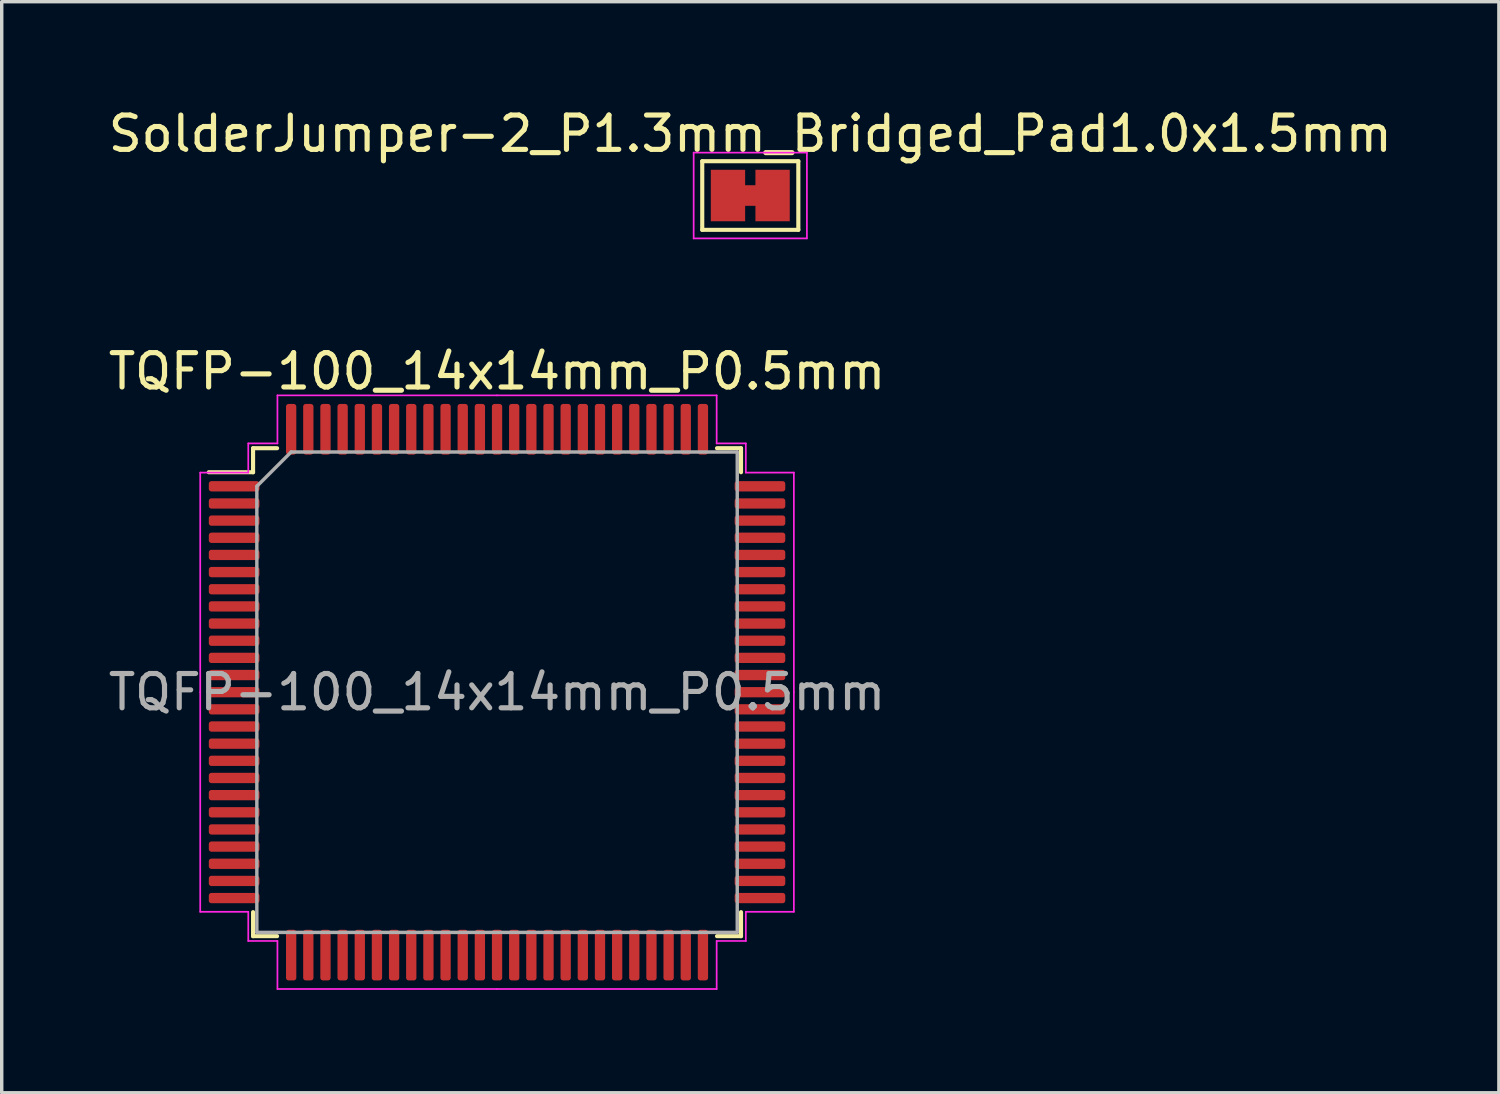
<source format=kicad_pcb>
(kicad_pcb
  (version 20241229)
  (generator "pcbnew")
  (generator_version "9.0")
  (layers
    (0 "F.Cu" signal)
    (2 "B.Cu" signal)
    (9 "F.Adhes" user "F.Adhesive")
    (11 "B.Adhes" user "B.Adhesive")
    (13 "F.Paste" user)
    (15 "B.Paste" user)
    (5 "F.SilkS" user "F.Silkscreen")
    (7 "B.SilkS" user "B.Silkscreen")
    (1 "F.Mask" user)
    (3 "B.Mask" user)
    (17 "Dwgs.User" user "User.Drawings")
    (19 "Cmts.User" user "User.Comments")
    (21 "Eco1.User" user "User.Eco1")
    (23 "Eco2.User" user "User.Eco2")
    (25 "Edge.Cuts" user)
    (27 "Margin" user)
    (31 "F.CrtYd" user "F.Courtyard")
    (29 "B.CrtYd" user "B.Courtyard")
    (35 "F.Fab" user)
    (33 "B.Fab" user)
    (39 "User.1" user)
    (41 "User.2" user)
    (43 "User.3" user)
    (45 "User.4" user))
  (footprint "SolderJumper-2_P1.3mm_Bridged_Pad1.0x1.5mm"
    (layer "F.Cu")
    (at 18.815 2.648)
    (property "Reference" "SolderJumper-2_P1.3mm_Bridged_Pad1.0x1.5mm" (at 0 -1.8 0) (layer "F.SilkS") (effects (font (size 1 1) (thickness 0.15))))
    (attr exclude_from_pos_files exclude_from_bom)
    (fp_poly (pts (xy -0.25 -0.3) (xy 0.25 -0.3) (xy 0.25 0.3) (xy -0.25 0.3)) (stroke (width 0) (type solid)) (fill yes) (layer "F.Cu"))
    (fp_line (start -1.4 -1) (end 1.4 -1) (stroke (width 0.12) (type solid)) (layer "F.SilkS"))
    (fp_line (start -1.4 1) (end -1.4 -1) (stroke (width 0.12) (type solid)) (layer "F.SilkS"))
    (fp_line (start 1.4 -1) (end 1.4 1) (stroke (width 0.12) (type solid)) (layer "F.SilkS"))
    (fp_line (start 1.4 1) (end -1.4 1) (stroke (width 0.12) (type solid)) (layer "F.SilkS"))
    (fp_line (start -1.65 -1.25) (end -1.65 1.25) (stroke (width 0.05) (type solid)) (layer "F.CrtYd"))
    (fp_line (start -1.65 -1.25) (end 1.65 -1.25) (stroke (width 0.05) (type solid)) (layer "F.CrtYd"))
    (fp_line (start 1.65 1.25) (end -1.65 1.25) (stroke (width 0.05) (type solid)) (layer "F.CrtYd"))
    (fp_line (start 1.65 1.25) (end 1.65 -1.25) (stroke (width 0.05) (type solid)) (layer "F.CrtYd"))
    (pad "1" smd rect (at -0.65 0) (size 1 1.5) (layers "F.Cu" "F.Mask"))
    (pad "2" smd rect (at 0.65 0) (size 1 1.5) (layers "F.Cu" "F.Mask")))
  (footprint "TQFP-100_14x14mm_P0.5mm"
    (layer "F.Cu")
    (at 11.435 17.122)
    (property "Reference" "TQFP-100_14x14mm_P0.5mm" (at 0 -9.35 0) (layer "F.SilkS") (effects (font (size 1 1) (thickness 0.15))))
    (attr smd)
    (fp_line (start -7.11 -7.11) (end -7.11 -6.41) (stroke (width 0.12) (type solid)) (layer "F.SilkS"))
    (fp_line (start -7.11 -6.41) (end -8.4 -6.41) (stroke (width 0.12) (type solid)) (layer "F.SilkS"))
    (fp_line (start -7.11 7.11) (end -7.11 6.41) (stroke (width 0.12) (type solid)) (layer "F.SilkS"))
    (fp_line (start -6.41 -7.11) (end -7.11 -7.11) (stroke (width 0.12) (type solid)) (layer "F.SilkS"))
    (fp_line (start -6.41 7.11) (end -7.11 7.11) (stroke (width 0.12) (type solid)) (layer "F.SilkS"))
    (fp_line (start 6.41 -7.11) (end 7.11 -7.11) (stroke (width 0.12) (type solid)) (layer "F.SilkS"))
    (fp_line (start 6.41 7.11) (end 7.11 7.11) (stroke (width 0.12) (type solid)) (layer "F.SilkS"))
    (fp_line (start 7.11 -7.11) (end 7.11 -6.41) (stroke (width 0.12) (type solid)) (layer "F.SilkS"))
    (fp_line (start 7.11 7.11) (end 7.11 6.41) (stroke (width 0.12) (type solid)) (layer "F.SilkS"))
    (fp_line (start -8.65 -6.4) (end -8.65 0) (stroke (width 0.05) (type solid)) (layer "F.CrtYd"))
    (fp_line (start -8.65 6.4) (end -8.65 0) (stroke (width 0.05) (type solid)) (layer "F.CrtYd"))
    (fp_line (start -7.25 -7.25) (end -7.25 -6.4) (stroke (width 0.05) (type solid)) (layer "F.CrtYd"))
    (fp_line (start -7.25 -6.4) (end -8.65 -6.4) (stroke (width 0.05) (type solid)) (layer "F.CrtYd"))
    (fp_line (start -7.25 6.4) (end -8.65 6.4) (stroke (width 0.05) (type solid)) (layer "F.CrtYd"))
    (fp_line (start -7.25 7.25) (end -7.25 6.4) (stroke (width 0.05) (type solid)) (layer "F.CrtYd"))
    (fp_line (start -6.4 -8.65) (end -6.4 -7.25) (stroke (width 0.05) (type solid)) (layer "F.CrtYd"))
    (fp_line (start -6.4 -7.25) (end -7.25 -7.25) (stroke (width 0.05) (type solid)) (layer "F.CrtYd"))
    (fp_line (start -6.4 7.25) (end -7.25 7.25) (stroke (width 0.05) (type solid)) (layer "F.CrtYd"))
    (fp_line (start -6.4 8.65) (end -6.4 7.25) (stroke (width 0.05) (type solid)) (layer "F.CrtYd"))
    (fp_line (start 0 -8.65) (end -6.4 -8.65) (stroke (width 0.05) (type solid)) (layer "F.CrtYd"))
    (fp_line (start 0 -8.65) (end 6.4 -8.65) (stroke (width 0.05) (type solid)) (layer "F.CrtYd"))
    (fp_line (start 0 8.65) (end -6.4 8.65) (stroke (width 0.05) (type solid)) (layer "F.CrtYd"))
    (fp_line (start 0 8.65) (end 6.4 8.65) (stroke (width 0.05) (type solid)) (layer "F.CrtYd"))
    (fp_line (start 6.4 -8.65) (end 6.4 -7.25) (stroke (width 0.05) (type solid)) (layer "F.CrtYd"))
    (fp_line (start 6.4 -7.25) (end 7.25 -7.25) (stroke (width 0.05) (type solid)) (layer "F.CrtYd"))
    (fp_line (start 6.4 7.25) (end 7.25 7.25) (stroke (width 0.05) (type solid)) (layer "F.CrtYd"))
    (fp_line (start 6.4 8.65) (end 6.4 7.25) (stroke (width 0.05) (type solid)) (layer "F.CrtYd"))
    (fp_line (start 7.25 -7.25) (end 7.25 -6.4) (stroke (width 0.05) (type solid)) (layer "F.CrtYd"))
    (fp_line (start 7.25 -6.4) (end 8.65 -6.4) (stroke (width 0.05) (type solid)) (layer "F.CrtYd"))
    (fp_line (start 7.25 6.4) (end 8.65 6.4) (stroke (width 0.05) (type solid)) (layer "F.CrtYd"))
    (fp_line (start 7.25 7.25) (end 7.25 6.4) (stroke (width 0.05) (type solid)) (layer "F.CrtYd"))
    (fp_line (start 8.65 -6.4) (end 8.65 0) (stroke (width 0.05) (type solid)) (layer "F.CrtYd"))
    (fp_line (start 8.65 6.4) (end 8.65 0) (stroke (width 0.05) (type solid)) (layer "F.CrtYd"))
    (fp_line (start -7 -6) (end -6 -7) (stroke (width 0.1) (type solid)) (layer "F.Fab"))
    (fp_line (start -7 7) (end -7 -6) (stroke (width 0.1) (type solid)) (layer "F.Fab"))
    (fp_line (start -6 -7) (end 7 -7) (stroke (width 0.1) (type solid)) (layer "F.Fab"))
    (fp_line (start 7 -7) (end 7 7) (stroke (width 0.1) (type solid)) (layer "F.Fab"))
    (fp_line (start 7 7) (end -7 7) (stroke (width 0.1) (type solid)) (layer "F.Fab"))
    (fp_text user "${REFERENCE}" (at 0 0 0) (layer "F.Fab") (effects (font (size 1 1) (thickness 0.15))))
    (pad "1" smd roundrect (at -7.662 -6) (size 1.475 0.3) (layers "F.Cu" "F.Mask" "F.Paste") (roundrect_rratio 0.25))
    (pad "2" smd roundrect (at -7.662 -5.5) (size 1.475 0.3) (layers "F.Cu" "F.Mask" "F.Paste") (roundrect_rratio 0.25))
    (pad "3" smd roundrect (at -7.662 -5) (size 1.475 0.3) (layers "F.Cu" "F.Mask" "F.Paste") (roundrect_rratio 0.25))
    (pad "4" smd roundrect (at -7.662 -4.5) (size 1.475 0.3) (layers "F.Cu" "F.Mask" "F.Paste") (roundrect_rratio 0.25))
    (pad "5" smd roundrect (at -7.662 -4) (size 1.475 0.3) (layers "F.Cu" "F.Mask" "F.Paste") (roundrect_rratio 0.25))
    (pad "6" smd roundrect (at -7.662 -3.5) (size 1.475 0.3) (layers "F.Cu" "F.Mask" "F.Paste") (roundrect_rratio 0.25))
    (pad "7" smd roundrect (at -7.662 -3) (size 1.475 0.3) (layers "F.Cu" "F.Mask" "F.Paste") (roundrect_rratio 0.25))
    (pad "8" smd roundrect (at -7.662 -2.5) (size 1.475 0.3) (layers "F.Cu" "F.Mask" "F.Paste") (roundrect_rratio 0.25))
    (pad "9" smd roundrect (at -7.662 -2) (size 1.475 0.3) (layers "F.Cu" "F.Mask" "F.Paste") (roundrect_rratio 0.25))
    (pad "10" smd roundrect (at -7.662 -1.5) (size 1.475 0.3) (layers "F.Cu" "F.Mask" "F.Paste") (roundrect_rratio 0.25))
    (pad "11" smd roundrect (at -7.662 -1) (size 1.475 0.3) (layers "F.Cu" "F.Mask" "F.Paste") (roundrect_rratio 0.25))
    (pad "12" smd roundrect (at -7.662 -0.5) (size 1.475 0.3) (layers "F.Cu" "F.Mask" "F.Paste") (roundrect_rratio 0.25))
    (pad "13" smd roundrect (at -7.662 0) (size 1.475 0.3) (layers "F.Cu" "F.Mask" "F.Paste") (roundrect_rratio 0.25))
    (pad "14" smd roundrect (at -7.662 0.5) (size 1.475 0.3) (layers "F.Cu" "F.Mask" "F.Paste") (roundrect_rratio 0.25))
    (pad "15" smd roundrect (at -7.662 1) (size 1.475 0.3) (layers "F.Cu" "F.Mask" "F.Paste") (roundrect_rratio 0.25))
    (pad "16" smd roundrect (at -7.662 1.5) (size 1.475 0.3) (layers "F.Cu" "F.Mask" "F.Paste") (roundrect_rratio 0.25))
    (pad "17" smd roundrect (at -7.662 2) (size 1.475 0.3) (layers "F.Cu" "F.Mask" "F.Paste") (roundrect_rratio 0.25))
    (pad "18" smd roundrect (at -7.662 2.5) (size 1.475 0.3) (layers "F.Cu" "F.Mask" "F.Paste") (roundrect_rratio 0.25))
    (pad "19" smd roundrect (at -7.662 3) (size 1.475 0.3) (layers "F.Cu" "F.Mask" "F.Paste") (roundrect_rratio 0.25))
    (pad "20" smd roundrect (at -7.662 3.5) (size 1.475 0.3) (layers "F.Cu" "F.Mask" "F.Paste") (roundrect_rratio 0.25))
    (pad "21" smd roundrect (at -7.662 4) (size 1.475 0.3) (layers "F.Cu" "F.Mask" "F.Paste") (roundrect_rratio 0.25))
    (pad "22" smd roundrect (at -7.662 4.5) (size 1.475 0.3) (layers "F.Cu" "F.Mask" "F.Paste") (roundrect_rratio 0.25))
    (pad "23" smd roundrect (at -7.662 5) (size 1.475 0.3) (layers "F.Cu" "F.Mask" "F.Paste") (roundrect_rratio 0.25))
    (pad "24" smd roundrect (at -7.662 5.5) (size 1.475 0.3) (layers "F.Cu" "F.Mask" "F.Paste") (roundrect_rratio 0.25))
    (pad "25" smd roundrect (at -7.662 6) (size 1.475 0.3) (layers "F.Cu" "F.Mask" "F.Paste") (roundrect_rratio 0.25))
    (pad "26" smd roundrect (at -6 7.662) (size 0.3 1.475) (layers "F.Cu" "F.Mask" "F.Paste") (roundrect_rratio 0.25))
    (pad "27" smd roundrect (at -5.5 7.662) (size 0.3 1.475) (layers "F.Cu" "F.Mask" "F.Paste") (roundrect_rratio 0.25))
    (pad "28" smd roundrect (at -5 7.662) (size 0.3 1.475) (layers "F.Cu" "F.Mask" "F.Paste") (roundrect_rratio 0.25))
    (pad "29" smd roundrect (at -4.5 7.662) (size 0.3 1.475) (layers "F.Cu" "F.Mask" "F.Paste") (roundrect_rratio 0.25))
    (pad "30" smd roundrect (at -4 7.662) (size 0.3 1.475) (layers "F.Cu" "F.Mask" "F.Paste") (roundrect_rratio 0.25))
    (pad "31" smd roundrect (at -3.5 7.662) (size 0.3 1.475) (layers "F.Cu" "F.Mask" "F.Paste") (roundrect_rratio 0.25))
    (pad "32" smd roundrect (at -3 7.662) (size 0.3 1.475) (layers "F.Cu" "F.Mask" "F.Paste") (roundrect_rratio 0.25))
    (pad "33" smd roundrect (at -2.5 7.662) (size 0.3 1.475) (layers "F.Cu" "F.Mask" "F.Paste") (roundrect_rratio 0.25))
    (pad "34" smd roundrect (at -2 7.662) (size 0.3 1.475) (layers "F.Cu" "F.Mask" "F.Paste") (roundrect_rratio 0.25))
    (pad "35" smd roundrect (at -1.5 7.662) (size 0.3 1.475) (layers "F.Cu" "F.Mask" "F.Paste") (roundrect_rratio 0.25))
    (pad "36" smd roundrect (at -1 7.662) (size 0.3 1.475) (layers "F.Cu" "F.Mask" "F.Paste") (roundrect_rratio 0.25))
    (pad "37" smd roundrect (at -0.5 7.662) (size 0.3 1.475) (layers "F.Cu" "F.Mask" "F.Paste") (roundrect_rratio 0.25))
    (pad "38" smd roundrect (at 0 7.662) (size 0.3 1.475) (layers "F.Cu" "F.Mask" "F.Paste") (roundrect_rratio 0.25))
    (pad "39" smd roundrect (at 0.5 7.662) (size 0.3 1.475) (layers "F.Cu" "F.Mask" "F.Paste") (roundrect_rratio 0.25))
    (pad "40" smd roundrect (at 1 7.662) (size 0.3 1.475) (layers "F.Cu" "F.Mask" "F.Paste") (roundrect_rratio 0.25))
    (pad "41" smd roundrect (at 1.5 7.662) (size 0.3 1.475) (layers "F.Cu" "F.Mask" "F.Paste") (roundrect_rratio 0.25))
    (pad "42" smd roundrect (at 2 7.662) (size 0.3 1.475) (layers "F.Cu" "F.Mask" "F.Paste") (roundrect_rratio 0.25))
    (pad "43" smd roundrect (at 2.5 7.662) (size 0.3 1.475) (layers "F.Cu" "F.Mask" "F.Paste") (roundrect_rratio 0.25))
    (pad "44" smd roundrect (at 3 7.662) (size 0.3 1.475) (layers "F.Cu" "F.Mask" "F.Paste") (roundrect_rratio 0.25))
    (pad "45" smd roundrect (at 3.5 7.662) (size 0.3 1.475) (layers "F.Cu" "F.Mask" "F.Paste") (roundrect_rratio 0.25))
    (pad "46" smd roundrect (at 4 7.662) (size 0.3 1.475) (layers "F.Cu" "F.Mask" "F.Paste") (roundrect_rratio 0.25))
    (pad "47" smd roundrect (at 4.5 7.662) (size 0.3 1.475) (layers "F.Cu" "F.Mask" "F.Paste") (roundrect_rratio 0.25))
    (pad "48" smd roundrect (at 5 7.662) (size 0.3 1.475) (layers "F.Cu" "F.Mask" "F.Paste") (roundrect_rratio 0.25))
    (pad "49" smd roundrect (at 5.5 7.662) (size 0.3 1.475) (layers "F.Cu" "F.Mask" "F.Paste") (roundrect_rratio 0.25))
    (pad "50" smd roundrect (at 6 7.662) (size 0.3 1.475) (layers "F.Cu" "F.Mask" "F.Paste") (roundrect_rratio 0.25))
    (pad "51" smd roundrect (at 7.662 6) (size 1.475 0.3) (layers "F.Cu" "F.Mask" "F.Paste") (roundrect_rratio 0.25))
    (pad "52" smd roundrect (at 7.662 5.5) (size 1.475 0.3) (layers "F.Cu" "F.Mask" "F.Paste") (roundrect_rratio 0.25))
    (pad "53" smd roundrect (at 7.662 5) (size 1.475 0.3) (layers "F.Cu" "F.Mask" "F.Paste") (roundrect_rratio 0.25))
    (pad "54" smd roundrect (at 7.662 4.5) (size 1.475 0.3) (layers "F.Cu" "F.Mask" "F.Paste") (roundrect_rratio 0.25))
    (pad "55" smd roundrect (at 7.662 4) (size 1.475 0.3) (layers "F.Cu" "F.Mask" "F.Paste") (roundrect_rratio 0.25))
    (pad "56" smd roundrect (at 7.662 3.5) (size 1.475 0.3) (layers "F.Cu" "F.Mask" "F.Paste") (roundrect_rratio 0.25))
    (pad "57" smd roundrect (at 7.662 3) (size 1.475 0.3) (layers "F.Cu" "F.Mask" "F.Paste") (roundrect_rratio 0.25))
    (pad "58" smd roundrect (at 7.662 2.5) (size 1.475 0.3) (layers "F.Cu" "F.Mask" "F.Paste") (roundrect_rratio 0.25))
    (pad "59" smd roundrect (at 7.662 2) (size 1.475 0.3) (layers "F.Cu" "F.Mask" "F.Paste") (roundrect_rratio 0.25))
    (pad "60" smd roundrect (at 7.662 1.5) (size 1.475 0.3) (layers "F.Cu" "F.Mask" "F.Paste") (roundrect_rratio 0.25))
    (pad "61" smd roundrect (at 7.662 1) (size 1.475 0.3) (layers "F.Cu" "F.Mask" "F.Paste") (roundrect_rratio 0.25))
    (pad "62" smd roundrect (at 7.662 0.5) (size 1.475 0.3) (layers "F.Cu" "F.Mask" "F.Paste") (roundrect_rratio 0.25))
    (pad "63" smd roundrect (at 7.662 0) (size 1.475 0.3) (layers "F.Cu" "F.Mask" "F.Paste") (roundrect_rratio 0.25))
    (pad "64" smd roundrect (at 7.662 -0.5) (size 1.475 0.3) (layers "F.Cu" "F.Mask" "F.Paste") (roundrect_rratio 0.25))
    (pad "65" smd roundrect (at 7.662 -1) (size 1.475 0.3) (layers "F.Cu" "F.Mask" "F.Paste") (roundrect_rratio 0.25))
    (pad "66" smd roundrect (at 7.662 -1.5) (size 1.475 0.3) (layers "F.Cu" "F.Mask" "F.Paste") (roundrect_rratio 0.25))
    (pad "67" smd roundrect (at 7.662 -2) (size 1.475 0.3) (layers "F.Cu" "F.Mask" "F.Paste") (roundrect_rratio 0.25))
    (pad "68" smd roundrect (at 7.662 -2.5) (size 1.475 0.3) (layers "F.Cu" "F.Mask" "F.Paste") (roundrect_rratio 0.25))
    (pad "69" smd roundrect (at 7.662 -3) (size 1.475 0.3) (layers "F.Cu" "F.Mask" "F.Paste") (roundrect_rratio 0.25))
    (pad "70" smd roundrect (at 7.662 -3.5) (size 1.475 0.3) (layers "F.Cu" "F.Mask" "F.Paste") (roundrect_rratio 0.25))
    (pad "71" smd roundrect (at 7.662 -4) (size 1.475 0.3) (layers "F.Cu" "F.Mask" "F.Paste") (roundrect_rratio 0.25))
    (pad "72" smd roundrect (at 7.662 -4.5) (size 1.475 0.3) (layers "F.Cu" "F.Mask" "F.Paste") (roundrect_rratio 0.25))
    (pad "73" smd roundrect (at 7.662 -5) (size 1.475 0.3) (layers "F.Cu" "F.Mask" "F.Paste") (roundrect_rratio 0.25))
    (pad "74" smd roundrect (at 7.662 -5.5) (size 1.475 0.3) (layers "F.Cu" "F.Mask" "F.Paste") (roundrect_rratio 0.25))
    (pad "75" smd roundrect (at 7.662 -6) (size 1.475 0.3) (layers "F.Cu" "F.Mask" "F.Paste") (roundrect_rratio 0.25))
    (pad "76" smd roundrect (at 6 -7.662) (size 0.3 1.475) (layers "F.Cu" "F.Mask" "F.Paste") (roundrect_rratio 0.25))
    (pad "77" smd roundrect (at 5.5 -7.662) (size 0.3 1.475) (layers "F.Cu" "F.Mask" "F.Paste") (roundrect_rratio 0.25))
    (pad "78" smd roundrect (at 5 -7.662) (size 0.3 1.475) (layers "F.Cu" "F.Mask" "F.Paste") (roundrect_rratio 0.25))
    (pad "79" smd roundrect (at 4.5 -7.662) (size 0.3 1.475) (layers "F.Cu" "F.Mask" "F.Paste") (roundrect_rratio 0.25))
    (pad "80" smd roundrect (at 4 -7.662) (size 0.3 1.475) (layers "F.Cu" "F.Mask" "F.Paste") (roundrect_rratio 0.25))
    (pad "81" smd roundrect (at 3.5 -7.662) (size 0.3 1.475) (layers "F.Cu" "F.Mask" "F.Paste") (roundrect_rratio 0.25))
    (pad "82" smd roundrect (at 3 -7.662) (size 0.3 1.475) (layers "F.Cu" "F.Mask" "F.Paste") (roundrect_rratio 0.25))
    (pad "83" smd roundrect (at 2.5 -7.662) (size 0.3 1.475) (layers "F.Cu" "F.Mask" "F.Paste") (roundrect_rratio 0.25))
    (pad "84" smd roundrect (at 2 -7.662) (size 0.3 1.475) (layers "F.Cu" "F.Mask" "F.Paste") (roundrect_rratio 0.25))
    (pad "85" smd roundrect (at 1.5 -7.662) (size 0.3 1.475) (layers "F.Cu" "F.Mask" "F.Paste") (roundrect_rratio 0.25))
    (pad "86" smd roundrect (at 1 -7.662) (size 0.3 1.475) (layers "F.Cu" "F.Mask" "F.Paste") (roundrect_rratio 0.25))
    (pad "87" smd roundrect (at 0.5 -7.662) (size 0.3 1.475) (layers "F.Cu" "F.Mask" "F.Paste") (roundrect_rratio 0.25))
    (pad "88" smd roundrect (at 0 -7.662) (size 0.3 1.475) (layers "F.Cu" "F.Mask" "F.Paste") (roundrect_rratio 0.25))
    (pad "89" smd roundrect (at -0.5 -7.662) (size 0.3 1.475) (layers "F.Cu" "F.Mask" "F.Paste") (roundrect_rratio 0.25))
    (pad "90" smd roundrect (at -1 -7.662) (size 0.3 1.475) (layers "F.Cu" "F.Mask" "F.Paste") (roundrect_rratio 0.25))
    (pad "91" smd roundrect (at -1.5 -7.662) (size 0.3 1.475) (layers "F.Cu" "F.Mask" "F.Paste") (roundrect_rratio 0.25))
    (pad "92" smd roundrect (at -2 -7.662) (size 0.3 1.475) (layers "F.Cu" "F.Mask" "F.Paste") (roundrect_rratio 0.25))
    (pad "93" smd roundrect (at -2.5 -7.662) (size 0.3 1.475) (layers "F.Cu" "F.Mask" "F.Paste") (roundrect_rratio 0.25))
    (pad "94" smd roundrect (at -3 -7.662) (size 0.3 1.475) (layers "F.Cu" "F.Mask" "F.Paste") (roundrect_rratio 0.25))
    (pad "95" smd roundrect (at -3.5 -7.662) (size 0.3 1.475) (layers "F.Cu" "F.Mask" "F.Paste") (roundrect_rratio 0.25))
    (pad "96" smd roundrect (at -4 -7.662) (size 0.3 1.475) (layers "F.Cu" "F.Mask" "F.Paste") (roundrect_rratio 0.25))
    (pad "97" smd roundrect (at -4.5 -7.662) (size 0.3 1.475) (layers "F.Cu" "F.Mask" "F.Paste") (roundrect_rratio 0.25))
    (pad "98" smd roundrect (at -5 -7.662) (size 0.3 1.475) (layers "F.Cu" "F.Mask" "F.Paste") (roundrect_rratio 0.25))
    (pad "99" smd roundrect (at -5.5 -7.662) (size 0.3 1.475) (layers "F.Cu" "F.Mask" "F.Paste") (roundrect_rratio 0.25))
    (pad "100" smd roundrect (at -6 -7.662) (size 0.3 1.475) (layers "F.Cu" "F.Mask" "F.Paste") (roundrect_rratio 0.25)))
  (gr_rect
    (start -3 -3)
    (end 40.631 28.797)
    (stroke (width 0.1) (type default))
    (fill no)
    (layer "Edge.Cuts")))
</source>
